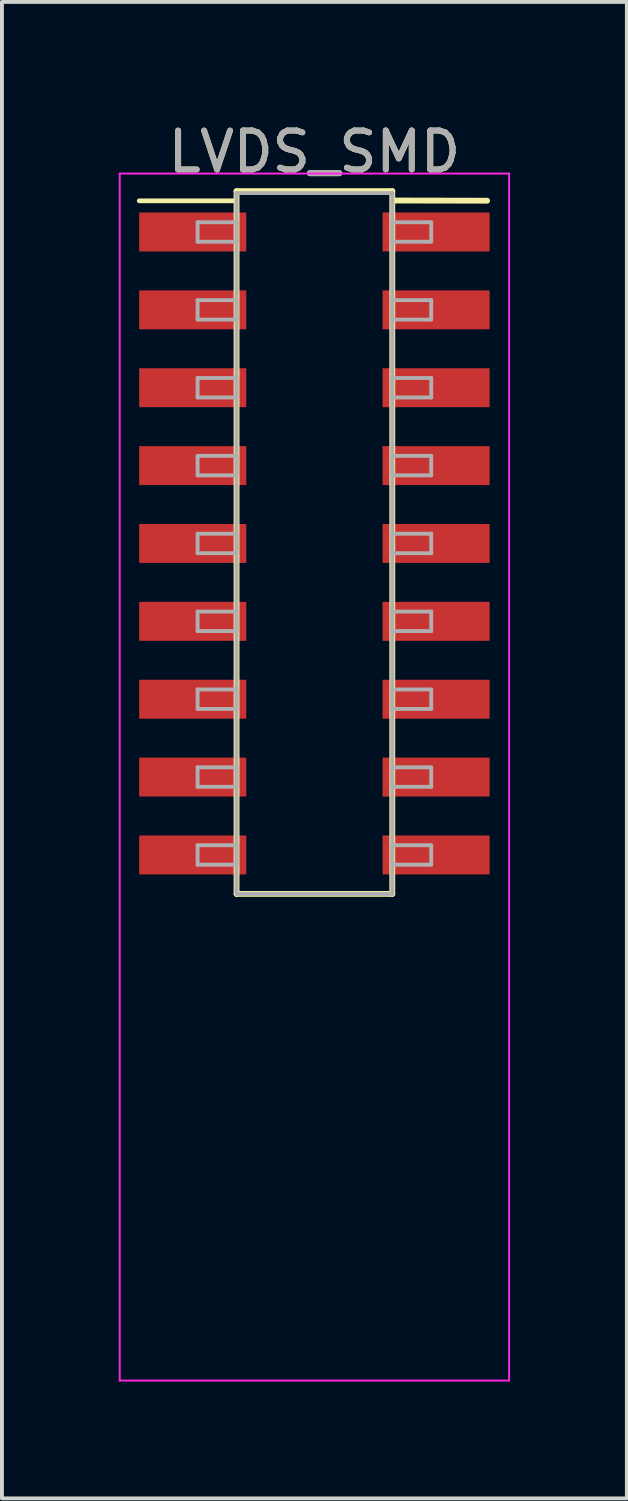
<source format=kicad_pcb>
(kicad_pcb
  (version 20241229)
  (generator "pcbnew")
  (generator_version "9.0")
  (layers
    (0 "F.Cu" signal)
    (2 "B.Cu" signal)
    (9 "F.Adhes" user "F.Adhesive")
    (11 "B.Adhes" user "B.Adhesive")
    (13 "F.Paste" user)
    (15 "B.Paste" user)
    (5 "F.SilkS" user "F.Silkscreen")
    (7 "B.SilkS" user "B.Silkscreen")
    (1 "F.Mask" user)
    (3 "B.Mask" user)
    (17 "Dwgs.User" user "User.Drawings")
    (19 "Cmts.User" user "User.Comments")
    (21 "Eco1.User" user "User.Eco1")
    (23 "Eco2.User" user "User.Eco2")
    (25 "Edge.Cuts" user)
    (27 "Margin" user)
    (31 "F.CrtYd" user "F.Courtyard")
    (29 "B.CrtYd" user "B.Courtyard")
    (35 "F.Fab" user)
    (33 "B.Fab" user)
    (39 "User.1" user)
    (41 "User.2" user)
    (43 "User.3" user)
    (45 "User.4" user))
  (footprint "LVDS_SMD"
    (layer "F.Cu")
    (at 5.025 16.908)
    (property "Reference" "LVDS_SMD" (at 0 -16.06 0) (layer "F.SilkS") (effects (font (size 1 1) (thickness 0.15))))
    (attr smd)
    (fp_line (start -4.5 -14.8) (end -2.06 -14.8) (stroke (width 0.12) (type solid)) (layer "F.SilkS"))
    (fp_line (start -2 -15.05) (end -2 3) (stroke (width 0.15) (type solid)) (layer "F.SilkS"))
    (fp_line (start -2 3) (end 2 3) (stroke (width 0.15) (type solid)) (layer "F.SilkS"))
    (fp_line (start 2 -15.05) (end -2 -15.05) (stroke (width 0.15) (type solid)) (layer "F.SilkS"))
    (fp_line (start 2 3) (end 2 -15.05) (stroke (width 0.15) (type solid)) (layer "F.SilkS"))
    (fp_line (start 2.062 -14.808) (end 4.435 -14.803) (stroke (width 0.15) (type solid)) (layer "F.SilkS"))
    (fp_line (start -5 -15.5) (end -5 15.5) (stroke (width 0.05) (type solid)) (layer "F.CrtYd"))
    (fp_line (start -5 15.5) (end 5 15.5) (stroke (width 0.05) (type solid)) (layer "F.CrtYd"))
    (fp_line (start 5 -15.5) (end -5 -15.5) (stroke (width 0.05) (type solid)) (layer "F.CrtYd"))
    (fp_line (start 5 15.5) (end 5 -15.5) (stroke (width 0.05) (type solid)) (layer "F.CrtYd"))
    (fp_line (start -3 -14.25) (end -2 -14.25) (stroke (width 0.1) (type solid)) (layer "F.Fab"))
    (fp_line (start -3 -13.75) (end -3 -14.25) (stroke (width 0.1) (type solid)) (layer "F.Fab"))
    (fp_line (start -3 -12.25) (end -2 -12.25) (stroke (width 0.1) (type solid)) (layer "F.Fab"))
    (fp_line (start -3 -11.75) (end -3 -12.25) (stroke (width 0.1) (type solid)) (layer "F.Fab"))
    (fp_line (start -3 -10.25) (end -2 -10.25) (stroke (width 0.1) (type solid)) (layer "F.Fab"))
    (fp_line (start -3 -9.75) (end -3 -10.25) (stroke (width 0.1) (type solid)) (layer "F.Fab"))
    (fp_line (start -3 -8.25) (end -2 -8.25) (stroke (width 0.1) (type solid)) (layer "F.Fab"))
    (fp_line (start -3 -7.75) (end -3 -8.25) (stroke (width 0.1) (type solid)) (layer "F.Fab"))
    (fp_line (start -3 -6.25) (end -2 -6.25) (stroke (width 0.1) (type solid)) (layer "F.Fab"))
    (fp_line (start -3 -5.75) (end -3 -6.25) (stroke (width 0.1) (type solid)) (layer "F.Fab"))
    (fp_line (start -3 -4.25) (end -2 -4.25) (stroke (width 0.1) (type solid)) (layer "F.Fab"))
    (fp_line (start -3 -3.75) (end -3 -4.25) (stroke (width 0.1) (type solid)) (layer "F.Fab"))
    (fp_line (start -3 -2.25) (end -2 -2.25) (stroke (width 0.1) (type solid)) (layer "F.Fab"))
    (fp_line (start -3 -1.75) (end -3 -2.25) (stroke (width 0.1) (type solid)) (layer "F.Fab"))
    (fp_line (start -3 -0.25) (end -2 -0.25) (stroke (width 0.1) (type solid)) (layer "F.Fab"))
    (fp_line (start -3 0.25) (end -3 -0.25) (stroke (width 0.1) (type solid)) (layer "F.Fab"))
    (fp_line (start -3 1.75) (end -2 1.75) (stroke (width 0.1) (type solid)) (layer "F.Fab"))
    (fp_line (start -3 2.25) (end -3 1.75) (stroke (width 0.1) (type solid)) (layer "F.Fab"))
    (fp_line (start -2 -15) (end -2 3) (stroke (width 0.1) (type solid)) (layer "F.Fab"))
    (fp_line (start -2 -14.25) (end -2 -13.75) (stroke (width 0.1) (type solid)) (layer "F.Fab"))
    (fp_line (start -2 -13.75) (end -3 -13.75) (stroke (width 0.1) (type solid)) (layer "F.Fab"))
    (fp_line (start -2 -12.25) (end -2 -11.75) (stroke (width 0.1) (type solid)) (layer "F.Fab"))
    (fp_line (start -2 -11.75) (end -3 -11.75) (stroke (width 0.1) (type solid)) (layer "F.Fab"))
    (fp_line (start -2 -10.25) (end -2 -9.75) (stroke (width 0.1) (type solid)) (layer "F.Fab"))
    (fp_line (start -2 -9.75) (end -3 -9.75) (stroke (width 0.1) (type solid)) (layer "F.Fab"))
    (fp_line (start -2 -8.25) (end -2 -7.75) (stroke (width 0.1) (type solid)) (layer "F.Fab"))
    (fp_line (start -2 -7.75) (end -3 -7.75) (stroke (width 0.1) (type solid)) (layer "F.Fab"))
    (fp_line (start -2 -6.25) (end -2 -5.75) (stroke (width 0.1) (type solid)) (layer "F.Fab"))
    (fp_line (start -2 -5.75) (end -3 -5.75) (stroke (width 0.1) (type solid)) (layer "F.Fab"))
    (fp_line (start -2 -4.25) (end -2 -3.75) (stroke (width 0.1) (type solid)) (layer "F.Fab"))
    (fp_line (start -2 -3.75) (end -3 -3.75) (stroke (width 0.1) (type solid)) (layer "F.Fab"))
    (fp_line (start -2 -2.25) (end -2 -1.75) (stroke (width 0.1) (type solid)) (layer "F.Fab"))
    (fp_line (start -2 -1.75) (end -3 -1.75) (stroke (width 0.1) (type solid)) (layer "F.Fab"))
    (fp_line (start -2 -0.25) (end -2 0.25) (stroke (width 0.1) (type solid)) (layer "F.Fab"))
    (fp_line (start -2 0.25) (end -3 0.25) (stroke (width 0.1) (type solid)) (layer "F.Fab"))
    (fp_line (start -2 1.75) (end -2 2.25) (stroke (width 0.1) (type solid)) (layer "F.Fab"))
    (fp_line (start -2 2.25) (end -3 2.25) (stroke (width 0.1) (type solid)) (layer "F.Fab"))
    (fp_line (start -2 3) (end 2 3) (stroke (width 0.1) (type solid)) (layer "F.Fab"))
    (fp_line (start 2 -15) (end -2 -15) (stroke (width 0.1) (type solid)) (layer "F.Fab"))
    (fp_line (start 2 -14.25) (end 2 -13.75) (stroke (width 0.1) (type solid)) (layer "F.Fab"))
    (fp_line (start 2 -13.75) (end 3 -13.75) (stroke (width 0.1) (type solid)) (layer "F.Fab"))
    (fp_line (start 2 -12.25) (end 2 -11.75) (stroke (width 0.1) (type solid)) (layer "F.Fab"))
    (fp_line (start 2 -11.75) (end 3 -11.75) (stroke (width 0.1) (type solid)) (layer "F.Fab"))
    (fp_line (start 2 -10.25) (end 2 -9.75) (stroke (width 0.1) (type solid)) (layer "F.Fab"))
    (fp_line (start 2 -9.75) (end 3 -9.75) (stroke (width 0.1) (type solid)) (layer "F.Fab"))
    (fp_line (start 2 -8.25) (end 2 -7.75) (stroke (width 0.1) (type solid)) (layer "F.Fab"))
    (fp_line (start 2 -7.75) (end 3 -7.75) (stroke (width 0.1) (type solid)) (layer "F.Fab"))
    (fp_line (start 2 -6.25) (end 2 -5.75) (stroke (width 0.1) (type solid)) (layer "F.Fab"))
    (fp_line (start 2 -5.75) (end 3 -5.75) (stroke (width 0.1) (type solid)) (layer "F.Fab"))
    (fp_line (start 2 -4.25) (end 2 -3.75) (stroke (width 0.1) (type solid)) (layer "F.Fab"))
    (fp_line (start 2 -3.75) (end 3 -3.75) (stroke (width 0.1) (type solid)) (layer "F.Fab"))
    (fp_line (start 2 -2.25) (end 2 -1.75) (stroke (width 0.1) (type solid)) (layer "F.Fab"))
    (fp_line (start 2 -1.75) (end 3 -1.75) (stroke (width 0.1) (type solid)) (layer "F.Fab"))
    (fp_line (start 2 -0.25) (end 2 0.25) (stroke (width 0.1) (type solid)) (layer "F.Fab"))
    (fp_line (start 2 0.25) (end 3 0.25) (stroke (width 0.1) (type solid)) (layer "F.Fab"))
    (fp_line (start 2 1.75) (end 2 2.25) (stroke (width 0.1) (type solid)) (layer "F.Fab"))
    (fp_line (start 2 2.25) (end 3 2.25) (stroke (width 0.1) (type solid)) (layer "F.Fab"))
    (fp_line (start 2 3) (end 2 -15) (stroke (width 0.1) (type solid)) (layer "F.Fab"))
    (fp_line (start 3 -14.25) (end 2 -14.25) (stroke (width 0.1) (type solid)) (layer "F.Fab"))
    (fp_line (start 3 -13.75) (end 3 -14.25) (stroke (width 0.1) (type solid)) (layer "F.Fab"))
    (fp_line (start 3 -12.25) (end 2 -12.25) (stroke (width 0.1) (type solid)) (layer "F.Fab"))
    (fp_line (start 3 -11.75) (end 3 -12.25) (stroke (width 0.1) (type solid)) (layer "F.Fab"))
    (fp_line (start 3 -10.25) (end 2 -10.25) (stroke (width 0.1) (type solid)) (layer "F.Fab"))
    (fp_line (start 3 -9.75) (end 3 -10.25) (stroke (width 0.1) (type solid)) (layer "F.Fab"))
    (fp_line (start 3 -8.25) (end 2 -8.25) (stroke (width 0.1) (type solid)) (layer "F.Fab"))
    (fp_line (start 3 -7.75) (end 3 -8.25) (stroke (width 0.1) (type solid)) (layer "F.Fab"))
    (fp_line (start 3 -6.25) (end 2 -6.25) (stroke (width 0.1) (type solid)) (layer "F.Fab"))
    (fp_line (start 3 -5.75) (end 3 -6.25) (stroke (width 0.1) (type solid)) (layer "F.Fab"))
    (fp_line (start 3 -4.25) (end 2 -4.25) (stroke (width 0.1) (type solid)) (layer "F.Fab"))
    (fp_line (start 3 -3.75) (end 3 -4.25) (stroke (width 0.1) (type solid)) (layer "F.Fab"))
    (fp_line (start 3 -2.25) (end 2 -2.25) (stroke (width 0.1) (type solid)) (layer "F.Fab"))
    (fp_line (start 3 -1.75) (end 3 -2.25) (stroke (width 0.1) (type solid)) (layer "F.Fab"))
    (fp_line (start 3 -0.25) (end 2 -0.25) (stroke (width 0.1) (type solid)) (layer "F.Fab"))
    (fp_line (start 3 0.25) (end 3 -0.25) (stroke (width 0.1) (type solid)) (layer "F.Fab"))
    (fp_line (start 3 1.75) (end 2 1.75) (stroke (width 0.1) (type solid)) (layer "F.Fab"))
    (fp_line (start 3 2.25) (end 3 1.75) (stroke (width 0.1) (type solid)) (layer "F.Fab"))
    (fp_text user "${REFERENCE}" (at 0 -16.06 0) (layer "F.Fab") (effects (font (size 1 1) (thickness 0.15))))
    (pad "1" smd rect (at -3.125 -14) (size 2.75 1) (layers "F.Cu" "F.Mask" "F.Paste"))
    (pad "2" smd rect (at 3.125 -14) (size 2.75 1) (layers "F.Cu" "F.Mask" "F.Paste"))
    (pad "3" smd rect (at -3.125 -12) (size 2.75 1) (layers "F.Cu" "F.Mask" "F.Paste"))
    (pad "4" smd rect (at 3.125 -12) (size 2.75 1) (layers "F.Cu" "F.Mask" "F.Paste"))
    (pad "5" smd rect (at -3.125 -10) (size 2.75 1) (layers "F.Cu" "F.Mask" "F.Paste"))
    (pad "6" smd rect (at 3.125 -10) (size 2.75 1) (layers "F.Cu" "F.Mask" "F.Paste"))
    (pad "7" smd rect (at -3.125 -8) (size 2.75 1) (layers "F.Cu" "F.Mask" "F.Paste"))
    (pad "8" smd rect (at 3.125 -8) (size 2.75 1) (layers "F.Cu" "F.Mask" "F.Paste"))
    (pad "9" smd rect (at -3.125 -6) (size 2.75 1) (layers "F.Cu" "F.Mask" "F.Paste"))
    (pad "10" smd rect (at 3.125 -6) (size 2.75 1) (layers "F.Cu" "F.Mask" "F.Paste"))
    (pad "11" smd rect (at -3.125 -4) (size 2.75 1) (layers "F.Cu" "F.Mask" "F.Paste"))
    (pad "12" smd rect (at 3.125 -4) (size 2.75 1) (layers "F.Cu" "F.Mask" "F.Paste"))
    (pad "13" smd rect (at -3.125 -2) (size 2.75 1) (layers "F.Cu" "F.Mask" "F.Paste"))
    (pad "14" smd rect (at 3.125 -2) (size 2.75 1) (layers "F.Cu" "F.Mask" "F.Paste"))
    (pad "15" smd rect (at -3.125 0) (size 2.75 1) (layers "F.Cu" "F.Mask" "F.Paste"))
    (pad "16" smd rect (at 3.125 0) (size 2.75 1) (layers "F.Cu" "F.Mask" "F.Paste"))
    (pad "17" smd rect (at -3.125 2) (size 2.75 1) (layers "F.Cu" "F.Mask" "F.Paste"))
    (pad "18" smd rect (at 3.125 2) (size 2.75 1) (layers "F.Cu" "F.Mask" "F.Paste")))
  (gr_rect
    (start -3 -3)
    (end 13.05 35.433)
    (stroke (width 0.1) (type default))
    (fill no)
    (layer "Edge.Cuts")))
</source>
